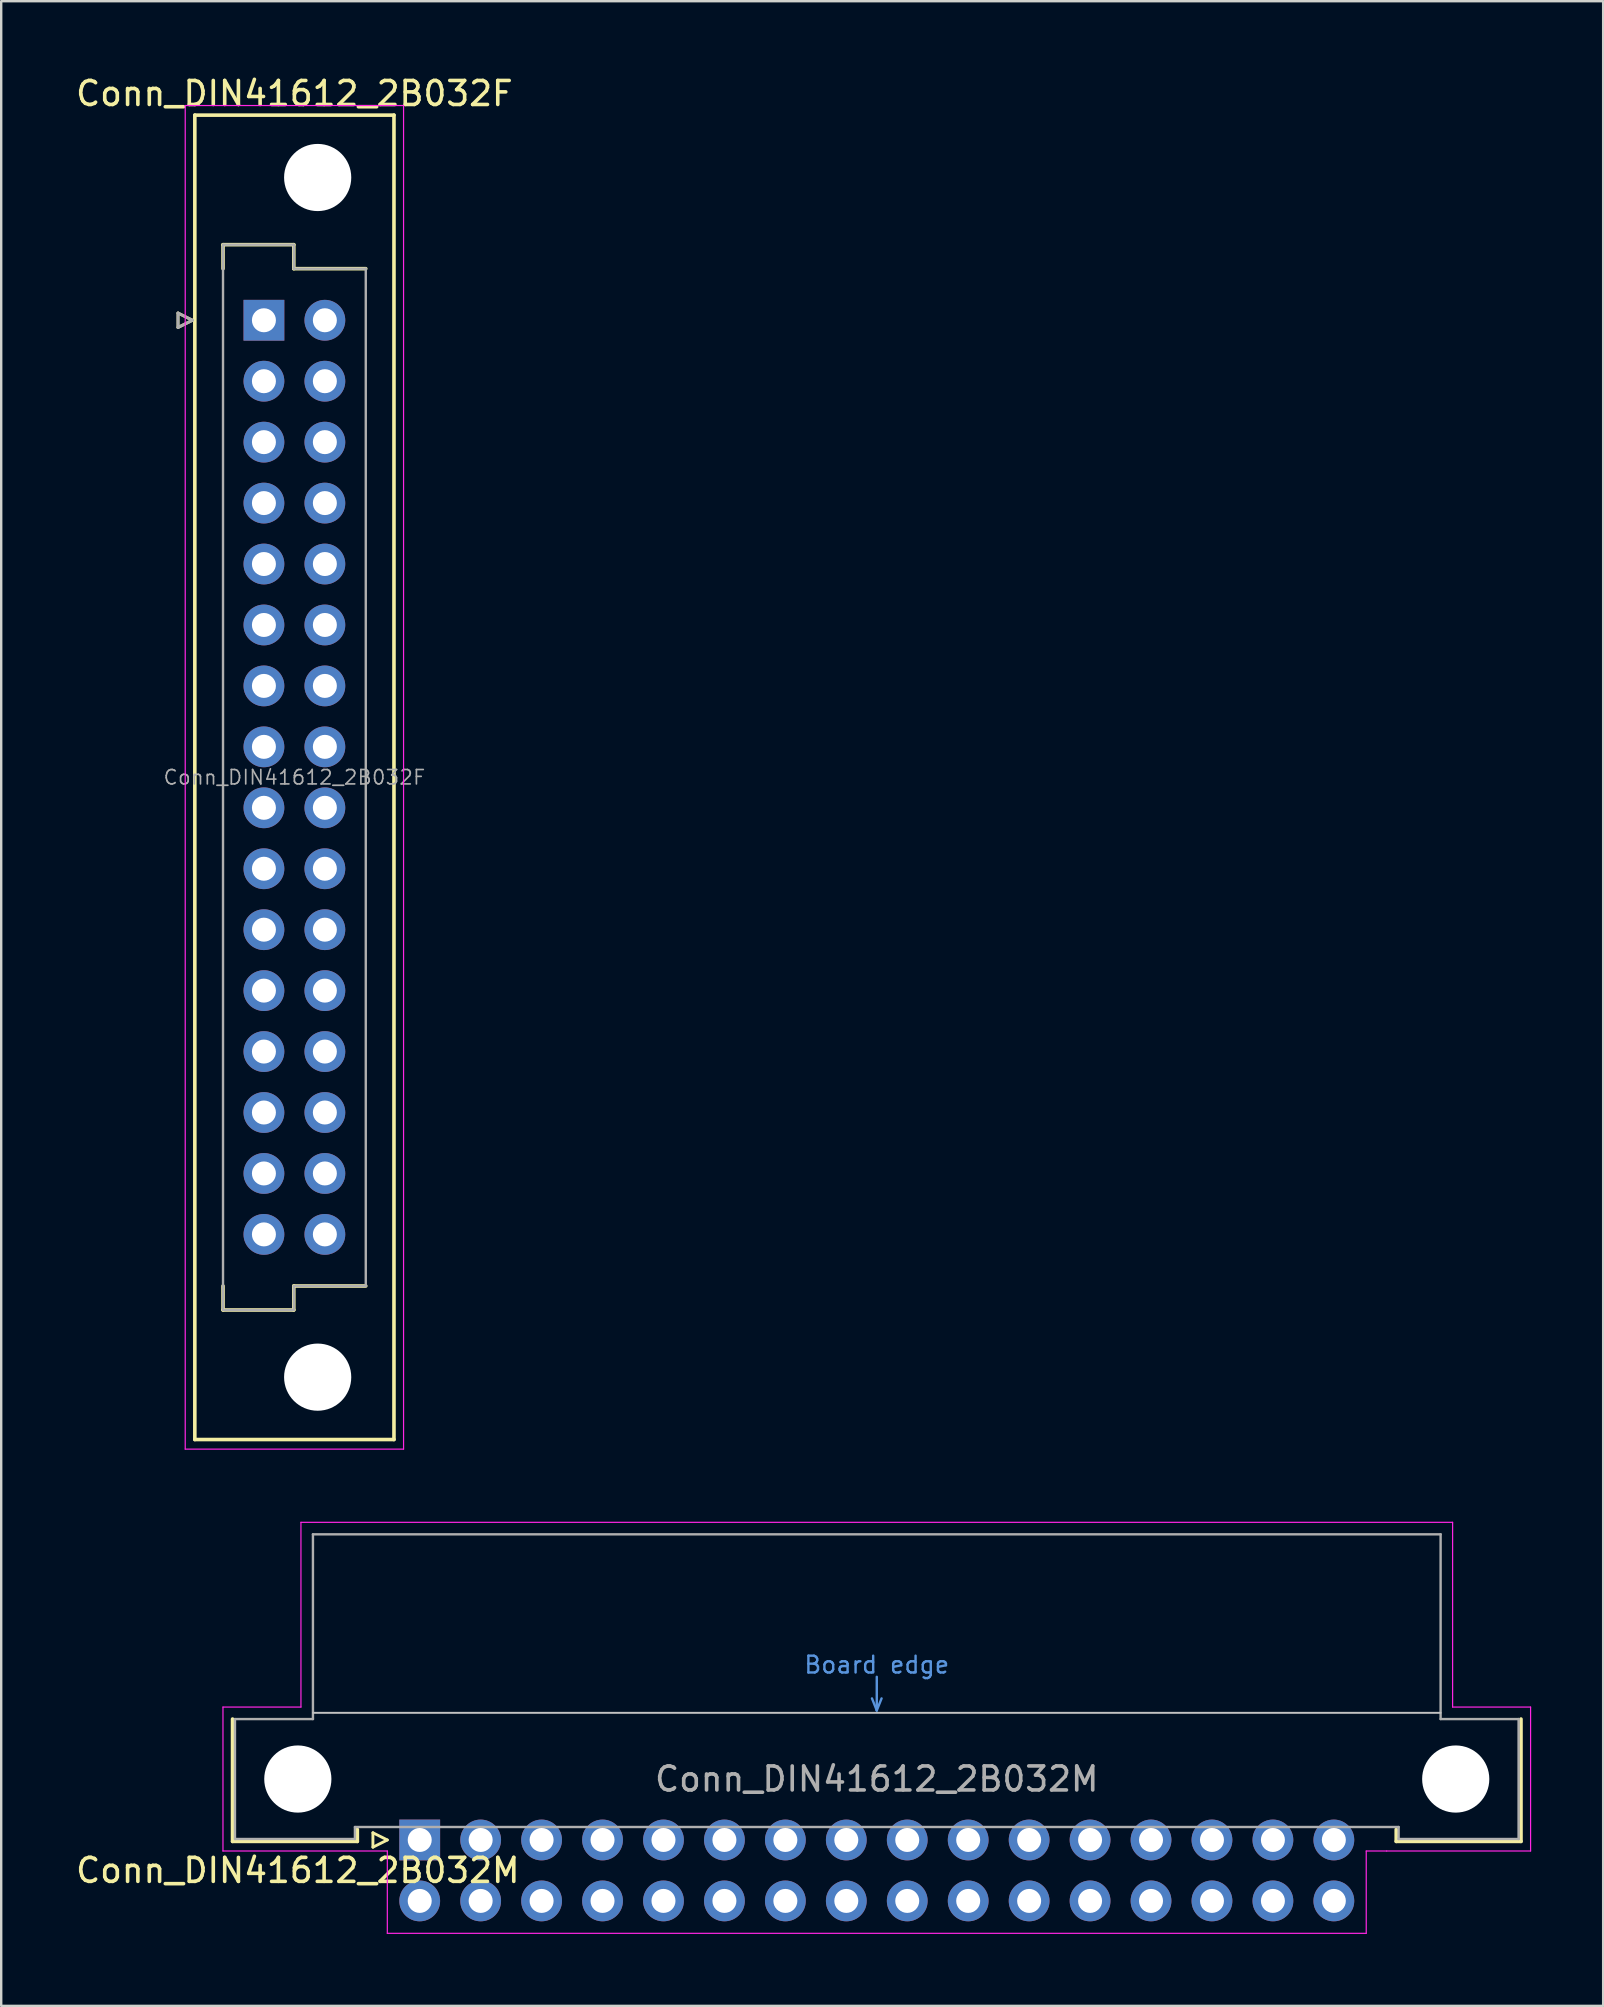
<source format=kicad_pcb>
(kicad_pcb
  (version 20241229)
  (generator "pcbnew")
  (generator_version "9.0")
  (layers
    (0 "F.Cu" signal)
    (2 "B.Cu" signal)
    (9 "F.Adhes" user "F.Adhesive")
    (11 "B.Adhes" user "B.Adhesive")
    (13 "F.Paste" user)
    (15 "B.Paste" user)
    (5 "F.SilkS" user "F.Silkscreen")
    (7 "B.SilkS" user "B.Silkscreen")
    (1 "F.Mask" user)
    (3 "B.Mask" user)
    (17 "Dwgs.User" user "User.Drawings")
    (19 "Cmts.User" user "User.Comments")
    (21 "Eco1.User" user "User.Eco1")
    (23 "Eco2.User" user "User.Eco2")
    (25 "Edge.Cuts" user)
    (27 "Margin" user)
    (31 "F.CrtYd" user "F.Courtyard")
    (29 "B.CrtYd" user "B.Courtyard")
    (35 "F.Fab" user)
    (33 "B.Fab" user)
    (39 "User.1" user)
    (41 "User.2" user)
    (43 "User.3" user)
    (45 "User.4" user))
  (footprint "Conn_DIN41612_2B032M"
    (layer "F.Cu")
    (at 14.443 73.638)
    (property "Reference" "Conn_DIN41612_2B032M" (at -5.08 1.27 0) (layer "F.SilkS") (effects (font (size 1 1) (thickness 0.15))))
    (attr through_hole)
    (fp_line (start -7.8 0.06) (end -7.8 -5.04) (stroke (width 0.15) (type solid)) (layer "F.SilkS"))
    (fp_line (start -2.6 -0.44) (end -2.6 0.06) (stroke (width 0.15) (type solid)) (layer "F.SilkS"))
    (fp_line (start -2.6 0.06) (end -7.8 0.06) (stroke (width 0.15) (type solid)) (layer "F.SilkS"))
    (fp_line (start -1.95 -0.3) (end -1.95 0.3) (stroke (width 0.12) (type solid)) (layer "F.SilkS"))
    (fp_line (start -1.95 0.3) (end -1.35 0) (stroke (width 0.12) (type solid)) (layer "F.SilkS"))
    (fp_line (start -1.35 0) (end -1.95 -0.3) (stroke (width 0.12) (type solid)) (layer "F.SilkS"))
    (fp_line (start 40.7 -0.44) (end 40.7 0.06) (stroke (width 0.15) (type solid)) (layer "F.SilkS"))
    (fp_line (start 40.7 0.06) (end 45.9 0.06) (stroke (width 0.15) (type solid)) (layer "F.SilkS"))
    (fp_line (start 45.9 0.06) (end 45.9 -5.04) (stroke (width 0.15) (type solid)) (layer "F.SilkS"))
    (fp_line (start -4.45 -5.3) (end 42.55 -5.3) (stroke (width 0.08) (type solid)) (layer "Dwgs.User"))
    (fp_line (start 18.85 -5.9) (end 19.05 -5.4) (stroke (width 0.1) (type solid)) (layer "Cmts.User"))
    (fp_line (start 19.05 -6.8) (end 19.05 -5.4) (stroke (width 0.1) (type solid)) (layer "Cmts.User"))
    (fp_line (start 19.05 -5.4) (end 19.25 -5.9) (stroke (width 0.1) (type solid)) (layer "Cmts.User"))
    (fp_line (start -8.2 -5.54) (end -4.95 -5.54) (stroke (width 0.05) (type solid)) (layer "F.CrtYd"))
    (fp_line (start -8.2 0.46) (end -8.2 -5.54) (stroke (width 0.05) (type solid)) (layer "F.CrtYd"))
    (fp_line (start -4.95 -13.24) (end 43.05 -13.24) (stroke (width 0.05) (type solid)) (layer "F.CrtYd"))
    (fp_line (start -4.95 -5.54) (end -4.95 -13.24) (stroke (width 0.05) (type solid)) (layer "F.CrtYd"))
    (fp_line (start -1.35 0.46) (end -8.2 0.46) (stroke (width 0.05) (type solid)) (layer "F.CrtYd"))
    (fp_line (start -1.35 3.89) (end -1.35 0.46) (stroke (width 0.05) (type solid)) (layer "F.CrtYd"))
    (fp_line (start 39.45 0.46) (end 39.45 3.89) (stroke (width 0.05) (type solid)) (layer "F.CrtYd"))
    (fp_line (start 39.45 3.89) (end -1.35 3.89) (stroke (width 0.05) (type solid)) (layer "F.CrtYd"))
    (fp_line (start 40.3 0.46) (end 39.45 0.46) (stroke (width 0.05) (type solid)) (layer "F.CrtYd"))
    (fp_line (start 43.05 -13.24) (end 43.05 -5.54) (stroke (width 0.05) (type solid)) (layer "F.CrtYd"))
    (fp_line (start 43.05 -5.54) (end 46.3 -5.54) (stroke (width 0.05) (type solid)) (layer "F.CrtYd"))
    (fp_line (start 46.3 -5.54) (end 46.3 0.46) (stroke (width 0.05) (type solid)) (layer "F.CrtYd"))
    (fp_line (start 46.3 0.46) (end 40.3 0.46) (stroke (width 0.05) (type solid)) (layer "F.CrtYd"))
    (fp_line (start -7.7 -5.04) (end -4.45 -5.04) (stroke (width 0.1) (type solid)) (layer "F.Fab"))
    (fp_line (start -7.7 -0.04) (end -7.7 -5.04) (stroke (width 0.1) (type solid)) (layer "F.Fab"))
    (fp_line (start -4.45 -12.74) (end 42.55 -12.74) (stroke (width 0.1) (type solid)) (layer "F.Fab"))
    (fp_line (start -4.45 -5.04) (end -4.45 -12.74) (stroke (width 0.1) (type solid)) (layer "F.Fab"))
    (fp_line (start -2.7 -0.54) (end -2.7 -0.04) (stroke (width 0.1) (type solid)) (layer "F.Fab"))
    (fp_line (start -2.7 -0.04) (end -7.7 -0.04) (stroke (width 0.1) (type solid)) (layer "F.Fab"))
    (fp_line (start 40.8 -0.54) (end -2.7 -0.54) (stroke (width 0.1) (type solid)) (layer "F.Fab"))
    (fp_line (start 40.8 -0.04) (end 40.8 -0.54) (stroke (width 0.1) (type solid)) (layer "F.Fab"))
    (fp_line (start 42.55 -12.74) (end 42.55 -5.04) (stroke (width 0.1) (type solid)) (layer "F.Fab"))
    (fp_line (start 42.55 -5.04) (end 45.8 -5.04) (stroke (width 0.1) (type solid)) (layer "F.Fab"))
    (fp_line (start 45.8 -5.04) (end 45.8 -0.04) (stroke (width 0.1) (type solid)) (layer "F.Fab"))
    (fp_line (start 45.8 -0.04) (end 40.8 -0.04) (stroke (width 0.1) (type solid)) (layer "F.Fab"))
    (fp_text user "Board edge" (at 19.05 -7.3 0) (layer "Cmts.User") (effects (font (size 0.7 0.7) (thickness 0.1))))
    (fp_text user "${REFERENCE}" (at 19.05 -2.54 0) (layer "F.Fab") (effects (font (size 1 1) (thickness 0.15))))
    (pad "" np_thru_hole circle (at -5.08 -2.54) (size 2.8 2.8) (drill 2.8) (layers "*.Cu" "*.Mask"))
    (pad "" np_thru_hole circle (at 43.18 -2.54) (size 2.8 2.8) (drill 2.8) (layers "*.Cu" "*.Mask"))
    (pad "A1" thru_hole rect (at 0 0) (size 1.7 1.7) (drill 1) (layers "*.Cu" "*.Mask"))
    (pad "A2" thru_hole circle (at 2.54 0) (size 1.7 1.7) (drill 1) (layers "*.Cu" "*.Mask"))
    (pad "A3" thru_hole circle (at 5.08 0) (size 1.7 1.7) (drill 1) (layers "*.Cu" "*.Mask"))
    (pad "A4" thru_hole circle (at 7.62 0) (size 1.7 1.7) (drill 1) (layers "*.Cu" "*.Mask"))
    (pad "A5" thru_hole circle (at 10.16 0) (size 1.7 1.7) (drill 1) (layers "*.Cu" "*.Mask"))
    (pad "A6" thru_hole circle (at 12.7 0) (size 1.7 1.7) (drill 1) (layers "*.Cu" "*.Mask"))
    (pad "A7" thru_hole circle (at 15.24 0) (size 1.7 1.7) (drill 1) (layers "*.Cu" "*.Mask"))
    (pad "A8" thru_hole circle (at 17.78 0) (size 1.7 1.7) (drill 1) (layers "*.Cu" "*.Mask"))
    (pad "A9" thru_hole circle (at 20.32 0) (size 1.7 1.7) (drill 1) (layers "*.Cu" "*.Mask"))
    (pad "A10" thru_hole circle (at 22.86 0) (size 1.7 1.7) (drill 1) (layers "*.Cu" "*.Mask"))
    (pad "A11" thru_hole circle (at 25.4 0) (size 1.7 1.7) (drill 1) (layers "*.Cu" "*.Mask"))
    (pad "A12" thru_hole circle (at 27.94 0) (size 1.7 1.7) (drill 1) (layers "*.Cu" "*.Mask"))
    (pad "A13" thru_hole circle (at 30.48 0) (size 1.7 1.7) (drill 1) (layers "*.Cu" "*.Mask"))
    (pad "A14" thru_hole circle (at 33.02 0) (size 1.7 1.7) (drill 1) (layers "*.Cu" "*.Mask"))
    (pad "A15" thru_hole circle (at 35.56 0) (size 1.7 1.7) (drill 1) (layers "*.Cu" "*.Mask"))
    (pad "A16" thru_hole circle (at 38.1 0) (size 1.7 1.7) (drill 1) (layers "*.Cu" "*.Mask"))
    (pad "B1" thru_hole circle (at 0 2.54) (size 1.7 1.7) (drill 1) (layers "*.Cu" "*.Mask"))
    (pad "B2" thru_hole circle (at 2.54 2.54) (size 1.7 1.7) (drill 1) (layers "*.Cu" "*.Mask"))
    (pad "B3" thru_hole circle (at 5.08 2.54) (size 1.7 1.7) (drill 1) (layers "*.Cu" "*.Mask"))
    (pad "B4" thru_hole circle (at 7.62 2.54) (size 1.7 1.7) (drill 1) (layers "*.Cu" "*.Mask"))
    (pad "B5" thru_hole circle (at 10.16 2.54) (size 1.7 1.7) (drill 1) (layers "*.Cu" "*.Mask"))
    (pad "B6" thru_hole circle (at 12.7 2.54) (size 1.7 1.7) (drill 1) (layers "*.Cu" "*.Mask"))
    (pad "B7" thru_hole circle (at 15.24 2.54) (size 1.7 1.7) (drill 1) (layers "*.Cu" "*.Mask"))
    (pad "B8" thru_hole circle (at 17.78 2.54) (size 1.7 1.7) (drill 1) (layers "*.Cu" "*.Mask"))
    (pad "B9" thru_hole circle (at 20.32 2.54) (size 1.7 1.7) (drill 1) (layers "*.Cu" "*.Mask"))
    (pad "B10" thru_hole circle (at 22.86 2.54) (size 1.7 1.7) (drill 1) (layers "*.Cu" "*.Mask"))
    (pad "B11" thru_hole circle (at 25.4 2.54) (size 1.7 1.7) (drill 1) (layers "*.Cu" "*.Mask"))
    (pad "B12" thru_hole circle (at 27.94 2.54) (size 1.7 1.7) (drill 1) (layers "*.Cu" "*.Mask"))
    (pad "B13" thru_hole circle (at 30.48 2.54) (size 1.7 1.7) (drill 1) (layers "*.Cu" "*.Mask"))
    (pad "B14" thru_hole circle (at 33.02 2.54) (size 1.7 1.7) (drill 1) (layers "*.Cu" "*.Mask"))
    (pad "B15" thru_hole circle (at 35.56 2.54) (size 1.7 1.7) (drill 1) (layers "*.Cu" "*.Mask"))
    (pad "B16" thru_hole circle (at 38.1 2.54) (size 1.7 1.7) (drill 1) (layers "*.Cu" "*.Mask")))
  (footprint "Conn_DIN41612_2B032F"
    (layer "F.Cu")
    (at 7.95 10.298)
    (property "Reference" "Conn_DIN41612_2B032F" (at 1.27 -9.45 0) (layer "F.SilkS") (effects (font (size 1 1) (thickness 0.15))))
    (attr through_hole)
    (fp_line (start -3.58 -0.3) (end -3.58 0.3) (stroke (width 0.12) (type solid)) (layer "F.SilkS"))
    (fp_line (start -3.58 0.3) (end -2.98 0) (stroke (width 0.12) (type solid)) (layer "F.SilkS"))
    (fp_line (start -2.98 0) (end -3.58 -0.3) (stroke (width 0.12) (type solid)) (layer "F.SilkS"))
    (fp_line (start -2.88 -8.55) (end -2.88 46.65) (stroke (width 0.15) (type solid)) (layer "F.SilkS"))
    (fp_line (start -2.88 46.65) (end 5.42 46.65) (stroke (width 0.15) (type solid)) (layer "F.SilkS"))
    (fp_line (start -1.705 -3.15) (end 1.245 -3.15) (stroke (width 0.15) (type solid)) (layer "F.SilkS"))
    (fp_line (start -1.705 -2.15) (end -1.705 -3.15) (stroke (width 0.15) (type solid)) (layer "F.SilkS"))
    (fp_line (start -1.705 41.25) (end -1.705 40.25) (stroke (width 0.15) (type solid)) (layer "F.SilkS"))
    (fp_line (start 1.245 -3.15) (end 1.245 -2.15) (stroke (width 0.15) (type solid)) (layer "F.SilkS"))
    (fp_line (start 1.245 -2.15) (end 4.245 -2.15) (stroke (width 0.15) (type solid)) (layer "F.SilkS"))
    (fp_line (start 1.245 40.25) (end 1.245 41.25) (stroke (width 0.15) (type solid)) (layer "F.SilkS"))
    (fp_line (start 1.245 41.25) (end -1.705 41.25) (stroke (width 0.15) (type solid)) (layer "F.SilkS"))
    (fp_line (start 4.245 40.25) (end 1.245 40.25) (stroke (width 0.15) (type solid)) (layer "F.SilkS"))
    (fp_line (start 5.42 -8.55) (end -2.88 -8.55) (stroke (width 0.15) (type solid)) (layer "F.SilkS"))
    (fp_line (start 5.42 46.65) (end 5.42 -8.55) (stroke (width 0.15) (type solid)) (layer "F.SilkS"))
    (fp_line (start -3.28 -8.95) (end -3.28 47.05) (stroke (width 0.05) (type solid)) (layer "F.CrtYd"))
    (fp_line (start -3.28 47.05) (end 5.82 47.05) (stroke (width 0.05) (type solid)) (layer "F.CrtYd"))
    (fp_line (start 5.82 -8.95) (end -3.28 -8.95) (stroke (width 0.05) (type solid)) (layer "F.CrtYd"))
    (fp_line (start 5.82 47.05) (end 5.82 -8.95) (stroke (width 0.05) (type solid)) (layer "F.CrtYd"))
    (fp_line (start -3.58 -0.3) (end -3.58 0.3) (stroke (width 0.12) (type solid)) (layer "F.Fab"))
    (fp_line (start -3.58 0.3) (end -2.98 0) (stroke (width 0.12) (type solid)) (layer "F.Fab"))
    (fp_line (start -2.98 0) (end -3.58 -0.3) (stroke (width 0.12) (type solid)) (layer "F.Fab"))
    (fp_line (start -1.705 -3.15) (end 1.245 -3.15) (stroke (width 0.1) (type solid)) (layer "F.Fab"))
    (fp_line (start -1.705 -2.15) (end -1.705 -3.15) (stroke (width 0.1) (type solid)) (layer "F.Fab"))
    (fp_line (start -1.705 40.25) (end -1.705 -2.15) (stroke (width 0.1) (type solid)) (layer "F.Fab"))
    (fp_line (start -1.705 41.25) (end -1.705 40.25) (stroke (width 0.1) (type solid)) (layer "F.Fab"))
    (fp_line (start 1.245 -3.15) (end 1.245 -2.15) (stroke (width 0.1) (type solid)) (layer "F.Fab"))
    (fp_line (start 1.245 -2.15) (end 4.245 -2.15) (stroke (width 0.1) (type solid)) (layer "F.Fab"))
    (fp_line (start 1.245 40.25) (end 1.245 41.25) (stroke (width 0.1) (type solid)) (layer "F.Fab"))
    (fp_line (start 1.245 41.25) (end -1.705 41.25) (stroke (width 0.1) (type solid)) (layer "F.Fab"))
    (fp_line (start 4.245 -2.15) (end 4.245 40.25) (stroke (width 0.1) (type solid)) (layer "F.Fab"))
    (fp_line (start 4.245 40.25) (end 1.245 40.25) (stroke (width 0.1) (type solid)) (layer "F.Fab"))
    (fp_text user "${REFERENCE}" (at 1.27 19.05 0) (layer "F.Fab") (effects (font (size 0.6 0.6) (thickness 0.07))))
    (pad "" np_thru_hole circle (at 2.24 -5.95) (size 2.8 2.8) (drill 2.8) (layers "*.Cu" "*.Mask"))
    (pad "" np_thru_hole circle (at 2.24 44.05) (size 2.8 2.8) (drill 2.8) (layers "*.Cu" "*.Mask"))
    (pad "A1" thru_hole rect (at 0 0) (size 1.7 1.7) (drill 1) (layers "*.Cu" "*.Mask"))
    (pad "A2" thru_hole circle (at 0 2.54) (size 1.7 1.7) (drill 1) (layers "*.Cu" "*.Mask"))
    (pad "A3" thru_hole circle (at 0 5.08) (size 1.7 1.7) (drill 1) (layers "*.Cu" "*.Mask"))
    (pad "A4" thru_hole circle (at 0 7.62) (size 1.7 1.7) (drill 1) (layers "*.Cu" "*.Mask"))
    (pad "A5" thru_hole circle (at 0 10.16) (size 1.7 1.7) (drill 1) (layers "*.Cu" "*.Mask"))
    (pad "A6" thru_hole circle (at 0 12.7) (size 1.7 1.7) (drill 1) (layers "*.Cu" "*.Mask"))
    (pad "A7" thru_hole circle (at 0 15.24) (size 1.7 1.7) (drill 1) (layers "*.Cu" "*.Mask"))
    (pad "A8" thru_hole circle (at 0 17.78) (size 1.7 1.7) (drill 1) (layers "*.Cu" "*.Mask"))
    (pad "A9" thru_hole circle (at 0 20.32) (size 1.7 1.7) (drill 1) (layers "*.Cu" "*.Mask"))
    (pad "A10" thru_hole circle (at 0 22.86) (size 1.7 1.7) (drill 1) (layers "*.Cu" "*.Mask"))
    (pad "A11" thru_hole circle (at 0 25.4) (size 1.7 1.7) (drill 1) (layers "*.Cu" "*.Mask"))
    (pad "A12" thru_hole circle (at 0 27.94) (size 1.7 1.7) (drill 1) (layers "*.Cu" "*.Mask"))
    (pad "A13" thru_hole circle (at 0 30.48) (size 1.7 1.7) (drill 1) (layers "*.Cu" "*.Mask"))
    (pad "A14" thru_hole circle (at 0 33.02) (size 1.7 1.7) (drill 1) (layers "*.Cu" "*.Mask"))
    (pad "A15" thru_hole circle (at 0 35.56) (size 1.7 1.7) (drill 1) (layers "*.Cu" "*.Mask"))
    (pad "A16" thru_hole circle (at 0 38.1) (size 1.7 1.7) (drill 1) (layers "*.Cu" "*.Mask"))
    (pad "B1" thru_hole circle (at 2.54 0) (size 1.7 1.7) (drill 1) (layers "*.Cu" "*.Mask"))
    (pad "B2" thru_hole circle (at 2.54 2.54) (size 1.7 1.7) (drill 1) (layers "*.Cu" "*.Mask"))
    (pad "B3" thru_hole circle (at 2.54 5.08) (size 1.7 1.7) (drill 1) (layers "*.Cu" "*.Mask"))
    (pad "B4" thru_hole circle (at 2.54 7.62) (size 1.7 1.7) (drill 1) (layers "*.Cu" "*.Mask"))
    (pad "B5" thru_hole circle (at 2.54 10.16) (size 1.7 1.7) (drill 1) (layers "*.Cu" "*.Mask"))
    (pad "B6" thru_hole circle (at 2.54 12.7) (size 1.7 1.7) (drill 1) (layers "*.Cu" "*.Mask"))
    (pad "B7" thru_hole circle (at 2.54 15.24) (size 1.7 1.7) (drill 1) (layers "*.Cu" "*.Mask"))
    (pad "B8" thru_hole circle (at 2.54 17.78) (size 1.7 1.7) (drill 1) (layers "*.Cu" "*.Mask"))
    (pad "B9" thru_hole circle (at 2.54 20.32) (size 1.7 1.7) (drill 1) (layers "*.Cu" "*.Mask"))
    (pad "B10" thru_hole circle (at 2.54 22.86) (size 1.7 1.7) (drill 1) (layers "*.Cu" "*.Mask"))
    (pad "B11" thru_hole circle (at 2.54 25.4) (size 1.7 1.7) (drill 1) (layers "*.Cu" "*.Mask"))
    (pad "B12" thru_hole circle (at 2.54 27.94) (size 1.7 1.7) (drill 1) (layers "*.Cu" "*.Mask"))
    (pad "B13" thru_hole circle (at 2.54 30.48) (size 1.7 1.7) (drill 1) (layers "*.Cu" "*.Mask"))
    (pad "B14" thru_hole circle (at 2.54 33.02) (size 1.7 1.7) (drill 1) (layers "*.Cu" "*.Mask"))
    (pad "B15" thru_hole circle (at 2.54 35.56) (size 1.7 1.7) (drill 1) (layers "*.Cu" "*.Mask"))
    (pad "B16" thru_hole circle (at 2.54 38.1) (size 1.7 1.7) (drill 1) (layers "*.Cu" "*.Mask")))
  (gr_rect
    (start -3 -3)
    (end 63.768 80.553)
    (stroke (width 0.1) (type default))
    (fill no)
    (layer "Edge.Cuts")))
</source>
